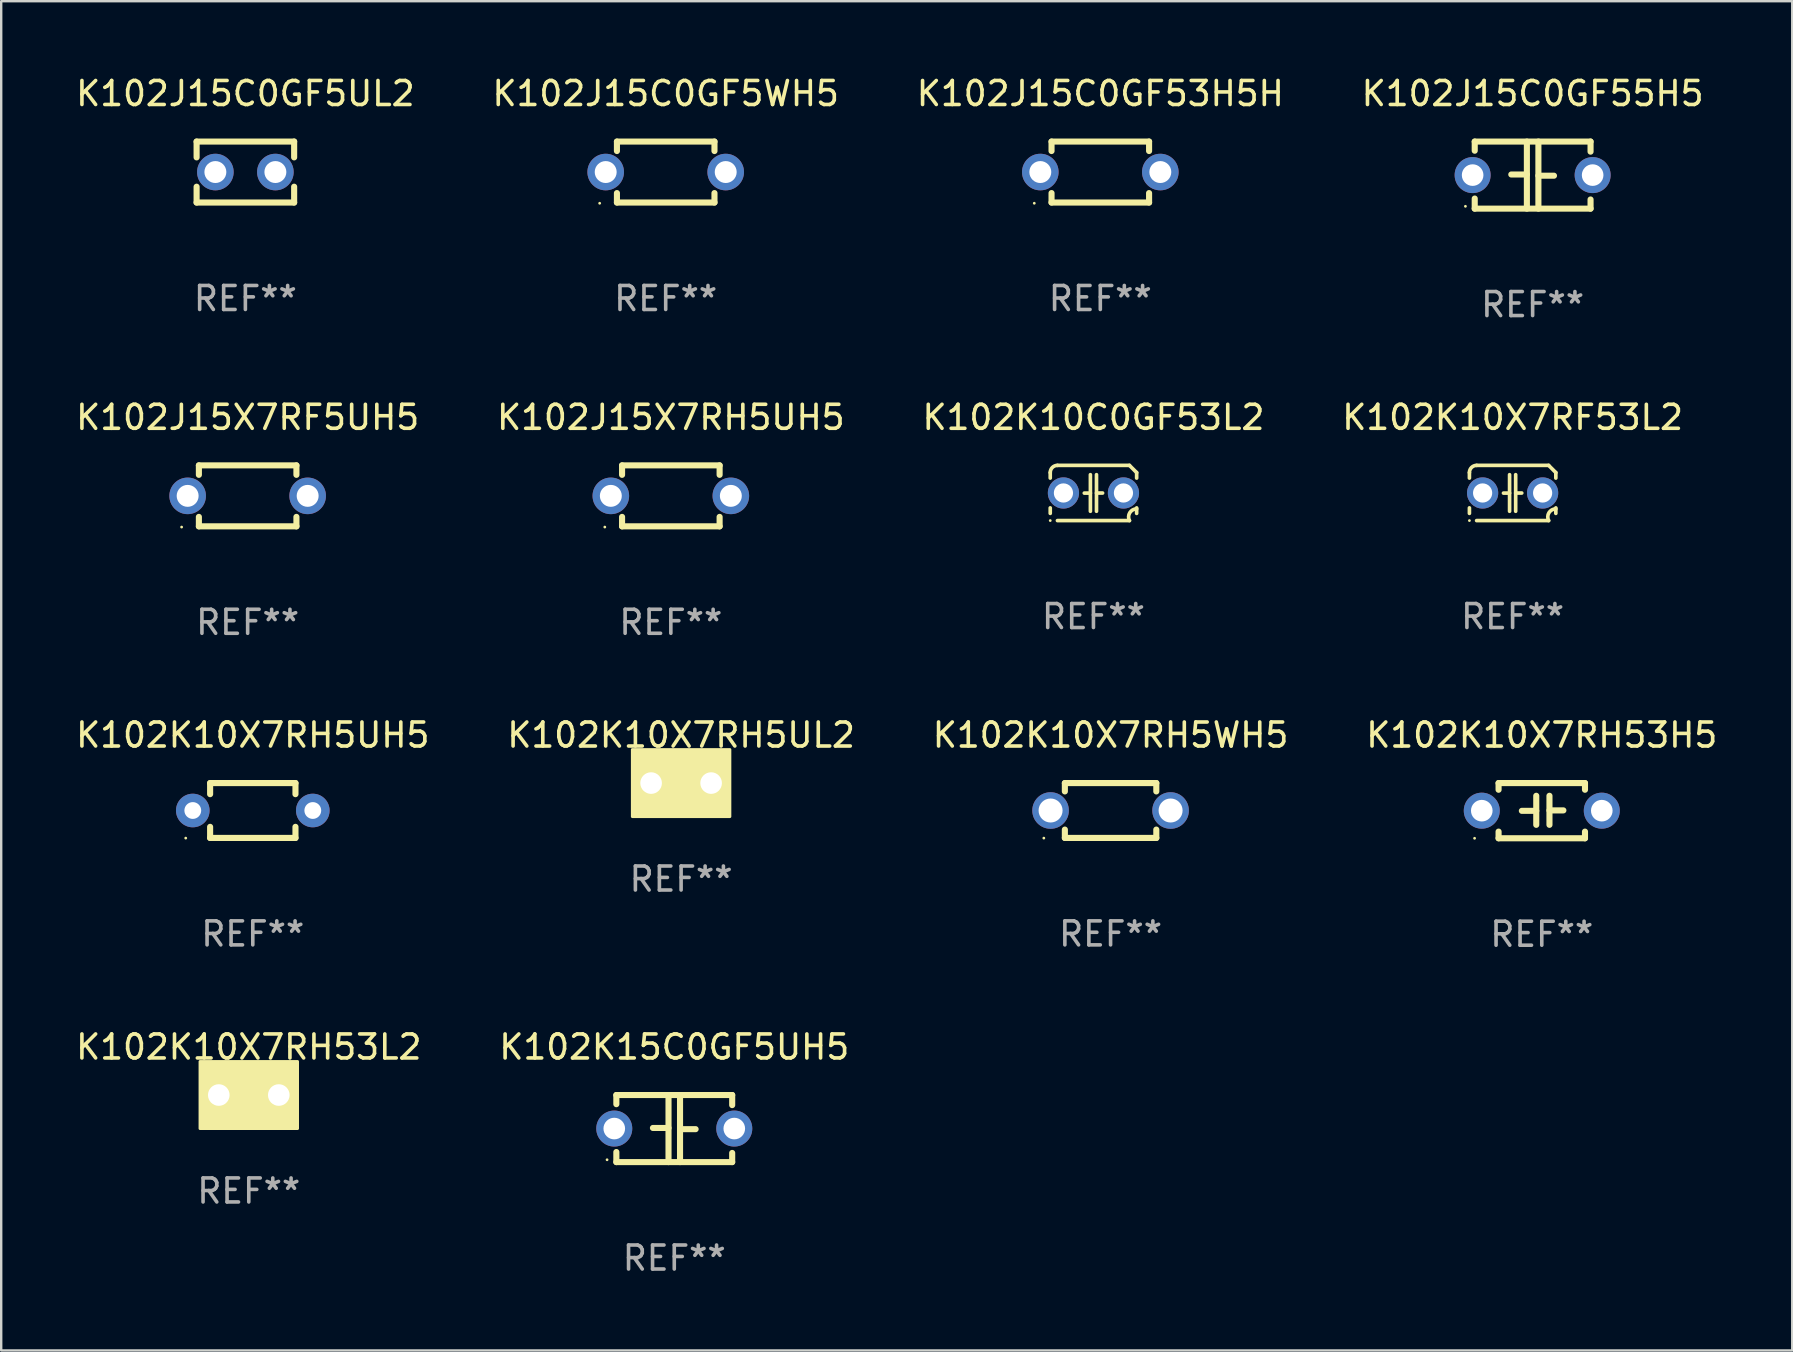
<source format=kicad_pcb>
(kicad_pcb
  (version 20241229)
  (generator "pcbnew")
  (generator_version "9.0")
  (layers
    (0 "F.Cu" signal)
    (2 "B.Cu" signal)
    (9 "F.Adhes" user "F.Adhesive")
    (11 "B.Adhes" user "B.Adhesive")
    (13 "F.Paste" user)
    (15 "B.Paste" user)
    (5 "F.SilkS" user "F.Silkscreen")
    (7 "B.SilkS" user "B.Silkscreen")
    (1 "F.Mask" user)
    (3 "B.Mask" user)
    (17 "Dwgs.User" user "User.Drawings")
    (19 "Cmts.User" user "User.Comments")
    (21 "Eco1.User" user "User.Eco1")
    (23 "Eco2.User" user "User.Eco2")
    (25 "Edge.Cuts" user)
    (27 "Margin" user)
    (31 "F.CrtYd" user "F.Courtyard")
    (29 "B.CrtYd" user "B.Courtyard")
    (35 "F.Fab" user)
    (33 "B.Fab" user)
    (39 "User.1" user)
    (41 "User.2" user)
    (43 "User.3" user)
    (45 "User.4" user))
  (footprint "K102J15X7RH5UH5"
    (layer "F.Cu")
    (at 24.899 17.609)
    (property "Reference" "K102J15X7RH5UH5" (at 0 -3.27 0) (layer "F.SilkS") (effects (font (size 1 1) (thickness 0.15))))
    (attr through_hole)
    (fp_line (start -2.032 -1.27) (end -2.032 -0.876) (stroke (width 0.254) (type solid)) (layer "F.SilkS"))
    (fp_line (start -2.032 0.876) (end -2.032 1.27) (stroke (width 0.254) (type solid)) (layer "F.SilkS"))
    (fp_line (start -2.032 1.27) (end 2.032 1.27) (stroke (width 0.254) (type solid)) (layer "F.SilkS"))
    (fp_line (start 2.032 -1.27) (end -2.032 -1.27) (stroke (width 0.254) (type solid)) (layer "F.SilkS"))
    (fp_line (start 2.032 -0.876) (end 2.032 -1.27) (stroke (width 0.254) (type solid)) (layer "F.SilkS"))
    (fp_line (start 2.032 1.27) (end 2.032 0.876) (stroke (width 0.254) (type solid)) (layer "F.SilkS"))
    (fp_circle (center -2.751 1.3) (end -2.721 1.3) (stroke (width 0.06) (type solid)) (fill no) (layer "F.SilkS"))
    (fp_text user "REF**" (at 0 5.27 0) (layer "F.Fab") (effects (font (size 1 1) (thickness 0.15))))
    (pad "1" thru_hole circle (at -2.5 0) (size 1.524 1.524) (drill 0.914) (layers "*.Cu" "*.Mask"))
    (pad "2" thru_hole circle (at 2.5 0) (size 1.524 1.524) (drill 0.914) (layers "*.Cu" "*.Mask")))
  (footprint "K102K10X7RH53H5"
    (layer "F.Cu")
    (at 61.185 30.725)
    (property "Reference" "K102K10X7RH53H5" (at 0 -3.15 0) (layer "F.SilkS") (effects (font (size 1 1) (thickness 0.15))))
    (attr through_hole)
    (fp_line (start -1.8 -1.15) (end -1.8 -0.872) (stroke (width 0.254) (type solid)) (layer "F.SilkS"))
    (fp_line (start -1.8 -1.15) (end 1.8 -1.15) (stroke (width 0.254) (type solid)) (layer "F.SilkS"))
    (fp_line (start -1.8 0.872) (end -1.8 1.15) (stroke (width 0.254) (type solid)) (layer "F.SilkS"))
    (fp_line (start -1.8 1.15) (end 1.8 1.15) (stroke (width 0.254) (type solid)) (layer "F.SilkS"))
    (fp_line (start -0.23 -0.62) (end -0.23 0.59) (stroke (width 0.254) (type solid)) (layer "F.SilkS"))
    (fp_line (start -0.23 0.007) (end -0.83 0.007) (stroke (width 0.254) (type solid)) (layer "F.SilkS"))
    (fp_line (start 0.32 -0.62) (end 0.32 0.59) (stroke (width 0.254) (type solid)) (layer "F.SilkS"))
    (fp_line (start 0.32 -0.012) (end 0.9 -0.012) (stroke (width 0.254) (type solid)) (layer "F.SilkS"))
    (fp_line (start 1.8 -1.15) (end 1.8 -0.872) (stroke (width 0.254) (type solid)) (layer "F.SilkS"))
    (fp_line (start 1.8 0.872) (end 1.8 1.15) (stroke (width 0.254) (type solid)) (layer "F.SilkS"))
    (fp_circle (center -2.8 1.15) (end -2.77 1.15) (stroke (width 0.06) (type solid)) (fill no) (layer "F.SilkS"))
    (fp_text user "REF**" (at 0 5.15 0) (layer "F.Fab") (effects (font (size 1 1) (thickness 0.15))))
    (pad "1" thru_hole circle (at -2.5 0) (size 1.5 1.5) (drill 0.9) (layers "*.Cu" "*.Mask"))
    (pad "2" thru_hole circle (at 2.5 0) (size 1.5 1.5) (drill 0.9) (layers "*.Cu" "*.Mask")))
  (footprint "K102J15C0GF53H5H"
    (layer "F.Cu")
    (at 42.792 4.118)
    (property "Reference" "K102J15C0GF53H5H" (at 0 -3.27 0) (layer "F.SilkS") (effects (font (size 1 1) (thickness 0.15))))
    (attr through_hole)
    (fp_line (start -2.032 -1.27) (end -2.032 -0.876) (stroke (width 0.254) (type solid)) (layer "F.SilkS"))
    (fp_line (start -2.032 0.876) (end -2.032 1.27) (stroke (width 0.254) (type solid)) (layer "F.SilkS"))
    (fp_line (start -2.032 1.27) (end 2.032 1.27) (stroke (width 0.254) (type solid)) (layer "F.SilkS"))
    (fp_line (start 2.032 -1.27) (end -2.032 -1.27) (stroke (width 0.254) (type solid)) (layer "F.SilkS"))
    (fp_line (start 2.032 -0.876) (end 2.032 -1.27) (stroke (width 0.254) (type solid)) (layer "F.SilkS"))
    (fp_line (start 2.032 1.27) (end 2.032 0.876) (stroke (width 0.254) (type solid)) (layer "F.SilkS"))
    (fp_circle (center -2.751 1.3) (end -2.721 1.3) (stroke (width 0.06) (type solid)) (fill no) (layer "F.SilkS"))
    (fp_text user "REF**" (at 0 5.27 0) (layer "F.Fab") (effects (font (size 1 1) (thickness 0.15))))
    (pad "1" thru_hole circle (at -2.5 0) (size 1.524 1.524) (drill 0.914) (layers "*.Cu" "*.Mask"))
    (pad "2" thru_hole circle (at 2.5 0) (size 1.524 1.524) (drill 0.914) (layers "*.Cu" "*.Mask")))
  (footprint "K102K15C0GF5UH5"
    (layer "F.Cu")
    (at 25.042 43.969)
    (property "Reference" "K102K15C0GF5UH5" (at 0 -3.397 0) (layer "F.SilkS") (effects (font (size 1 1) (thickness 0.15))))
    (attr through_hole)
    (fp_line (start -2.413 -1.397) (end 2.413 -1.397) (stroke (width 0.254) (type solid)) (layer "F.SilkS"))
    (fp_line (start -2.413 -1.016) (end -2.413 -1.397) (stroke (width 0.254) (type solid)) (layer "F.SilkS"))
    (fp_line (start -2.413 0.977) (end -2.413 1.397) (stroke (width 0.254) (type solid)) (layer "F.SilkS"))
    (fp_line (start -0.24 -0.025) (end -0.889 -0.025) (stroke (width 0.254) (type solid)) (layer "F.SilkS"))
    (fp_line (start -0.24 1.397) (end -0.24 -1.397) (stroke (width 0.254) (type solid)) (layer "F.SilkS"))
    (fp_line (start 0.24 -1.397) (end 0.24 1.397) (stroke (width 0.254) (type solid)) (layer "F.SilkS"))
    (fp_line (start 0.24 0.025) (end 0.889 0.025) (stroke (width 0.254) (type solid)) (layer "F.SilkS"))
    (fp_line (start 2.413 -0.977) (end 2.413 -1.397) (stroke (width 0.254) (type solid)) (layer "F.SilkS"))
    (fp_line (start 2.413 1.016) (end 2.413 1.397) (stroke (width 0.254) (type solid)) (layer "F.SilkS"))
    (fp_line (start 2.413 1.397) (end -2.413 1.397) (stroke (width 0.254) (type solid)) (layer "F.SilkS"))
    (fp_circle (center -2.8 1.3) (end -2.77 1.3) (stroke (width 0.06) (type solid)) (fill no) (layer "F.SilkS"))
    (fp_text user "REF**" (at 0 5.397 0) (layer "F.Fab") (effects (font (size 1 1) (thickness 0.15))))
    (pad "1" thru_hole circle (at -2.5 0) (size 1.5 1.5) (drill 0.9) (layers "*.Cu" "*.Mask"))
    (pad "2" thru_hole circle (at 2.5 0) (size 1.5 1.5) (drill 0.9) (layers "*.Cu" "*.Mask")))
  (footprint "K102K10X7RH53L2"
    (layer "F.Cu")
    (at 7.315 42.572)
    (property "Reference" "K102K10X7RH53L2" (at 0 -2 0) (layer "F.SilkS") (effects (font (size 1 1) (thickness 0.15))))
    (attr through_hole)
    (fp_circle (center -1.8 1.15) (end -1.77 1.15) (stroke (width 0.06) (type solid)) (fill no) (layer "F.SilkS"))
    (fp_poly (pts (xy -2.032 -1.397) (xy 2.032 -1.397) (xy 2.032 1.397) (xy -2.032 1.397)) (stroke (width 0.12) (type solid)) (fill yes) (layer "F.SilkS"))
    (fp_text user "REF**" (at 0 4 0) (layer "F.Fab") (effects (font (size 1 1) (thickness 0.15))))
    (pad "1" thru_hole circle (at -1.25 0) (size 1.5 1.5) (drill 0.9) (layers "*.Cu" "*.Mask"))
    (pad "2" thru_hole circle (at 1.25 0) (size 1.5 1.5) (drill 0.9) (layers "*.Cu" "*.Mask")))
  (footprint "K102J15X7RF5UH5"
    (layer "F.Cu")
    (at 7.268 17.609)
    (property "Reference" "K102J15X7RF5UH5" (at 0 -3.27 0) (layer "F.SilkS") (effects (font (size 1 1) (thickness 0.15))))
    (attr through_hole)
    (fp_line (start -2.032 -1.27) (end -2.032 -0.876) (stroke (width 0.254) (type solid)) (layer "F.SilkS"))
    (fp_line (start -2.032 0.876) (end -2.032 1.27) (stroke (width 0.254) (type solid)) (layer "F.SilkS"))
    (fp_line (start -2.032 1.27) (end 2.032 1.27) (stroke (width 0.254) (type solid)) (layer "F.SilkS"))
    (fp_line (start 2.032 -1.27) (end -2.032 -1.27) (stroke (width 0.254) (type solid)) (layer "F.SilkS"))
    (fp_line (start 2.032 -0.876) (end 2.032 -1.27) (stroke (width 0.254) (type solid)) (layer "F.SilkS"))
    (fp_line (start 2.032 1.27) (end 2.032 0.876) (stroke (width 0.254) (type solid)) (layer "F.SilkS"))
    (fp_circle (center -2.751 1.3) (end -2.721 1.3) (stroke (width 0.06) (type solid)) (fill no) (layer "F.SilkS"))
    (fp_text user "REF**" (at 0 5.27 0) (layer "F.Fab") (effects (font (size 1 1) (thickness 0.15))))
    (pad "1" thru_hole circle (at -2.5 0) (size 1.524 1.524) (drill 0.914) (layers "*.Cu" "*.Mask"))
    (pad "2" thru_hole circle (at 2.5 0) (size 1.524 1.524) (drill 0.914) (layers "*.Cu" "*.Mask")))
  (footprint "K102J15C0GF5WH5"
    (layer "F.Cu")
    (at 24.685 4.118)
    (property "Reference" "K102J15C0GF5WH5" (at 0 -3.27 0) (layer "F.SilkS") (effects (font (size 1 1) (thickness 0.15))))
    (attr through_hole)
    (fp_line (start -2.032 -1.27) (end -2.032 -0.876) (stroke (width 0.254) (type solid)) (layer "F.SilkS"))
    (fp_line (start -2.032 0.876) (end -2.032 1.27) (stroke (width 0.254) (type solid)) (layer "F.SilkS"))
    (fp_line (start -2.032 1.27) (end 2.032 1.27) (stroke (width 0.254) (type solid)) (layer "F.SilkS"))
    (fp_line (start 2.032 -1.27) (end -2.032 -1.27) (stroke (width 0.254) (type solid)) (layer "F.SilkS"))
    (fp_line (start 2.032 -0.876) (end 2.032 -1.27) (stroke (width 0.254) (type solid)) (layer "F.SilkS"))
    (fp_line (start 2.032 1.27) (end 2.032 0.876) (stroke (width 0.254) (type solid)) (layer "F.SilkS"))
    (fp_circle (center -2.751 1.3) (end -2.721 1.3) (stroke (width 0.06) (type solid)) (fill no) (layer "F.SilkS"))
    (fp_text user "REF**" (at 0 5.27 0) (layer "F.Fab") (effects (font (size 1 1) (thickness 0.15))))
    (pad "1" thru_hole circle (at -2.5 0) (size 1.524 1.524) (drill 0.914) (layers "*.Cu" "*.Mask"))
    (pad "2" thru_hole circle (at 2.5 0) (size 1.524 1.524) (drill 0.914) (layers "*.Cu" "*.Mask")))
  (footprint "K102K10X7RF53L2"
    (layer "F.Cu")
    (at 59.97 17.489)
    (property "Reference" "K102K10X7RF53L2" (at 0 -3.15 0) (layer "F.SilkS") (effects (font (size 1 1) (thickness 0.15))))
    (attr through_hole)
    (fp_line (start -1.8 -0.621) (end -1.8 -0.85) (stroke (width 0.152) (type solid)) (layer "F.SilkS"))
    (fp_line (start -1.8 0.85) (end -1.8 0.621) (stroke (width 0.152) (type solid)) (layer "F.SilkS"))
    (fp_line (start -1.5 -1.15) (end 1.5 -1.15) (stroke (width 0.152) (type solid)) (layer "F.SilkS"))
    (fp_line (start -0.127 -0.762) (end -0.127 0.762) (stroke (width 0.152) (type solid)) (layer "F.SilkS"))
    (fp_line (start -0.127 0.005) (end -0.381 0.005) (stroke (width 0.152) (type solid)) (layer "F.SilkS"))
    (fp_line (start 0.127 -0.762) (end 0.127 0.762) (stroke (width 0.152) (type solid)) (layer "F.SilkS"))
    (fp_line (start 0.127 0.002) (end 0.381 0.002) (stroke (width 0.152) (type solid)) (layer "F.SilkS"))
    (fp_line (start 1.5 1.15) (end -1.5 1.15) (stroke (width 0.152) (type solid)) (layer "F.SilkS"))
    (fp_line (start 1.8 -0.85) (end 1.8 -0.621) (stroke (width 0.152) (type solid)) (layer "F.SilkS"))
    (fp_line (start 1.8 0.621) (end 1.8 0.85) (stroke (width 0.152) (type solid)) (layer "F.SilkS"))
    (fp_arc (start -1.799975 -0.849987) (mid -1.712107 -1.062119) (end -1.499975 -1.149987) (stroke (width 0.151994) (type solid)) (layer "F.SilkS"))
    (fp_arc (start 1.499975 1.149987) (mid 1.513726 0.822359) (end 1.799975 0.662387) (stroke (width 0.151994) (type solid)) (layer "F.SilkS"))
    (fp_arc (start 1.500001 -1.149986) (mid 1.650015 -1.000001) (end 1.8 -0.849987) (stroke (width 0.151994) (type solid)) (layer "F.SilkS"))
    (fp_circle (center -1.8 1.15) (end -1.77 1.15) (stroke (width 0.06) (type solid)) (fill no) (layer "F.SilkS"))
    (fp_text user "REF**" (at 0 5.15 0) (layer "F.Fab") (effects (font (size 1 1) (thickness 0.15))))
    (pad "1" thru_hole circle (at -1.25 0) (size 1.3 1.3) (drill 0.8) (layers "*.Cu" "*.Mask"))
    (pad "2" thru_hole circle (at 1.25 0) (size 1.3 1.3) (drill 0.8) (layers "*.Cu" "*.Mask")))
  (footprint "K102K10C0GF53L2"
    (layer "F.Cu")
    (at 42.506 17.489)
    (property "Reference" "K102K10C0GF53L2" (at 0 -3.15 0) (layer "F.SilkS") (effects (font (size 1 1) (thickness 0.15))))
    (attr through_hole)
    (fp_line (start -1.8 -0.621) (end -1.8 -0.85) (stroke (width 0.152) (type solid)) (layer "F.SilkS"))
    (fp_line (start -1.8 0.85) (end -1.8 0.621) (stroke (width 0.152) (type solid)) (layer "F.SilkS"))
    (fp_line (start -1.5 -1.15) (end 1.5 -1.15) (stroke (width 0.152) (type solid)) (layer "F.SilkS"))
    (fp_line (start -0.127 -0.762) (end -0.127 0.762) (stroke (width 0.152) (type solid)) (layer "F.SilkS"))
    (fp_line (start -0.127 0.005) (end -0.381 0.005) (stroke (width 0.152) (type solid)) (layer "F.SilkS"))
    (fp_line (start 0.127 -0.762) (end 0.127 0.762) (stroke (width 0.152) (type solid)) (layer "F.SilkS"))
    (fp_line (start 0.127 0.002) (end 0.381 0.002) (stroke (width 0.152) (type solid)) (layer "F.SilkS"))
    (fp_line (start 1.5 1.15) (end -1.5 1.15) (stroke (width 0.152) (type solid)) (layer "F.SilkS"))
    (fp_line (start 1.8 -0.85) (end 1.8 -0.621) (stroke (width 0.152) (type solid)) (layer "F.SilkS"))
    (fp_line (start 1.8 0.621) (end 1.8 0.85) (stroke (width 0.152) (type solid)) (layer "F.SilkS"))
    (fp_arc (start -1.799975 -0.849987) (mid -1.712107 -1.062119) (end -1.499975 -1.149987) (stroke (width 0.151994) (type solid)) (layer "F.SilkS"))
    (fp_arc (start 1.499975 1.149987) (mid 1.513726 0.822359) (end 1.799975 0.662387) (stroke (width 0.151994) (type solid)) (layer "F.SilkS"))
    (fp_arc (start 1.500001 -1.149986) (mid 1.650015 -1.000001) (end 1.8 -0.849987) (stroke (width 0.151994) (type solid)) (layer "F.SilkS"))
    (fp_circle (center -1.8 1.15) (end -1.77 1.15) (stroke (width 0.06) (type solid)) (fill no) (layer "F.SilkS"))
    (fp_text user "REF**" (at 0 5.15 0) (layer "F.Fab") (effects (font (size 1 1) (thickness 0.15))))
    (pad "1" thru_hole circle (at -1.25 0) (size 1.3 1.3) (drill 0.8) (layers "*.Cu" "*.Mask"))
    (pad "2" thru_hole circle (at 1.25 0) (size 1.3 1.3) (drill 0.8) (layers "*.Cu" "*.Mask")))
  (footprint "K102K10X7RH5UH5"
    (layer "F.Cu")
    (at 7.482 30.718)
    (property "Reference" "K102K10X7RH5UH5" (at 0 -3.143 0) (layer "F.SilkS") (effects (font (size 1 1) (thickness 0.15))))
    (attr through_hole)
    (fp_line (start -1.778 -1.143) (end 1.778 -1.143) (stroke (width 0.254) (type solid)) (layer "F.SilkS"))
    (fp_line (start -1.778 -0.681) (end -1.778 -1.143) (stroke (width 0.254) (type solid)) (layer "F.SilkS"))
    (fp_line (start -1.778 1.143) (end -1.778 0.681) (stroke (width 0.254) (type solid)) (layer "F.SilkS"))
    (fp_line (start 1.778 -1.143) (end 1.778 -0.681) (stroke (width 0.254) (type solid)) (layer "F.SilkS"))
    (fp_line (start 1.778 0.681) (end 1.778 1.143) (stroke (width 0.254) (type solid)) (layer "F.SilkS"))
    (fp_line (start 1.778 1.143) (end -1.778 1.143) (stroke (width 0.254) (type solid)) (layer "F.SilkS"))
    (fp_circle (center -2.794 1.15) (end -2.764 1.15) (stroke (width 0.06) (type solid)) (fill no) (layer "F.SilkS"))
    (fp_text user "REF**" (at 0 5.143 0) (layer "F.Fab") (effects (font (size 1 1) (thickness 0.15))))
    (pad "1" thru_hole circle (at -2.5 0) (size 1.4 1.4) (drill 0.7) (layers "*.Cu" "*.Mask"))
    (pad "2" thru_hole circle (at 2.5 0) (size 1.4 1.4) (drill 0.7) (layers "*.Cu" "*.Mask")))
  (footprint "K102J15C0GF5UL2"
    (layer "F.Cu")
    (at 7.173 4.118)
    (property "Reference" "K102J15C0GF5UL2" (at 0 -3.27 0) (layer "F.SilkS") (effects (font (size 1 1) (thickness 0.15))))
    (attr through_hole)
    (fp_line (start -2.032 -1.27) (end -2.032 -0.611) (stroke (width 0.254) (type solid)) (layer "F.SilkS"))
    (fp_line (start -2.032 0.611) (end -2.032 1.27) (stroke (width 0.254) (type solid)) (layer "F.SilkS"))
    (fp_line (start -2.032 1.27) (end 2.032 1.27) (stroke (width 0.254) (type solid)) (layer "F.SilkS"))
    (fp_line (start 2.032 -1.27) (end -2.032 -1.27) (stroke (width 0.254) (type solid)) (layer "F.SilkS"))
    (fp_line (start 2.032 -0.611) (end 2.032 -1.27) (stroke (width 0.254) (type solid)) (layer "F.SilkS"))
    (fp_line (start 2.032 1.27) (end 2.032 0.611) (stroke (width 0.254) (type solid)) (layer "F.SilkS"))
    (fp_circle (center -2 1.3) (end -1.97 1.3) (stroke (width 0.06) (type solid)) (fill no) (layer "F.SilkS"))
    (fp_text user "REF**" (at 0 5.27 0) (layer "F.Fab") (effects (font (size 1 1) (thickness 0.15))))
    (pad "1" thru_hole circle (at -1.25 0) (size 1.524 1.524) (drill 0.914) (layers "*.Cu" "*.Mask"))
    (pad "2" thru_hole circle (at 1.25 0) (size 1.524 1.524) (drill 0.914) (layers "*.Cu" "*.Mask")))
  (footprint "K102K10X7RH5WH5"
    (layer "F.Cu")
    (at 43.22 30.718)
    (property "Reference" "K102K10X7RH5WH5" (at 0 -3.143 0) (layer "F.SilkS") (effects (font (size 1 1) (thickness 0.15))))
    (attr through_hole)
    (fp_line (start -1.905 -1.143) (end 1.905 -1.143) (stroke (width 0.254) (type solid)) (layer "F.SilkS"))
    (fp_line (start -1.905 -0.795) (end -1.905 -1.143) (stroke (width 0.254) (type solid)) (layer "F.SilkS"))
    (fp_line (start -1.905 1.143) (end -1.905 0.795) (stroke (width 0.254) (type solid)) (layer "F.SilkS"))
    (fp_line (start 1.905 -1.143) (end 1.905 -0.795) (stroke (width 0.254) (type solid)) (layer "F.SilkS"))
    (fp_line (start 1.905 0.795) (end 1.905 1.143) (stroke (width 0.254) (type solid)) (layer "F.SilkS"))
    (fp_line (start 1.905 1.143) (end -1.905 1.143) (stroke (width 0.254) (type solid)) (layer "F.SilkS"))
    (fp_circle (center -2.781 1.15) (end -2.751 1.15) (stroke (width 0.06) (type solid)) (fill no) (layer "F.SilkS"))
    (fp_text user "REF**" (at 0 5.143 0) (layer "F.Fab") (effects (font (size 1 1) (thickness 0.15))))
    (pad "1" thru_hole circle (at -2.5 0) (size 1.524 1.524) (drill 1) (layers "*.Cu" "*.Mask"))
    (pad "2" thru_hole circle (at 2.5 0) (size 1.524 1.524) (drill 1) (layers "*.Cu" "*.Mask")))
  (footprint "K102J15C0GF55H5"
    (layer "F.Cu")
    (at 60.804 4.245)
    (property "Reference" "K102J15C0GF55H5" (at 0 -3.397 0) (layer "F.SilkS") (effects (font (size 1 1) (thickness 0.15))))
    (attr through_hole)
    (fp_line (start -2.413 -1.397) (end 2.413 -1.397) (stroke (width 0.254) (type solid)) (layer "F.SilkS"))
    (fp_line (start -2.413 -1.016) (end -2.413 -1.397) (stroke (width 0.254) (type solid)) (layer "F.SilkS"))
    (fp_line (start -2.413 0.977) (end -2.413 1.397) (stroke (width 0.254) (type solid)) (layer "F.SilkS"))
    (fp_line (start -0.24 -0.025) (end -0.889 -0.025) (stroke (width 0.254) (type solid)) (layer "F.SilkS"))
    (fp_line (start -0.24 1.397) (end -0.24 -1.397) (stroke (width 0.254) (type solid)) (layer "F.SilkS"))
    (fp_line (start 0.24 -1.397) (end 0.24 1.397) (stroke (width 0.254) (type solid)) (layer "F.SilkS"))
    (fp_line (start 0.24 0.025) (end 0.889 0.025) (stroke (width 0.254) (type solid)) (layer "F.SilkS"))
    (fp_line (start 2.413 -0.977) (end 2.413 -1.397) (stroke (width 0.254) (type solid)) (layer "F.SilkS"))
    (fp_line (start 2.413 1.016) (end 2.413 1.397) (stroke (width 0.254) (type solid)) (layer "F.SilkS"))
    (fp_line (start 2.413 1.397) (end -2.413 1.397) (stroke (width 0.254) (type solid)) (layer "F.SilkS"))
    (fp_circle (center -2.8 1.3) (end -2.77 1.3) (stroke (width 0.06) (type solid)) (fill no) (layer "F.SilkS"))
    (fp_text user "REF**" (at 0 5.397 0) (layer "F.Fab") (effects (font (size 1 1) (thickness 0.15))))
    (pad "1" thru_hole circle (at -2.5 0) (size 1.5 1.5) (drill 0.9) (layers "*.Cu" "*.Mask"))
    (pad "2" thru_hole circle (at 2.5 0) (size 1.5 1.5) (drill 0.9) (layers "*.Cu" "*.Mask")))
  (footprint "K102K10X7RH5UL2"
    (layer "F.Cu")
    (at 25.327 29.575)
    (property "Reference" "K102K10X7RH5UL2" (at 0 -2 0) (layer "F.SilkS") (effects (font (size 1 1) (thickness 0.15))))
    (attr through_hole)
    (fp_circle (center -1.8 1.15) (end -1.77 1.15) (stroke (width 0.06) (type solid)) (fill no) (layer "F.SilkS"))
    (fp_poly (pts (xy -2.032 -1.397) (xy 2.032 -1.397) (xy 2.032 1.397) (xy -2.032 1.397)) (stroke (width 0.12) (type solid)) (fill yes) (layer "F.SilkS"))
    (fp_text user "REF**" (at 0 4 0) (layer "F.Fab") (effects (font (size 1 1) (thickness 0.15))))
    (pad "1" thru_hole circle (at -1.25 0) (size 1.5 1.5) (drill 0.9) (layers "*.Cu" "*.Mask"))
    (pad "2" thru_hole circle (at 1.25 0) (size 1.5 1.5) (drill 0.9) (layers "*.Cu" "*.Mask")))
  (gr_rect
    (start -3 -3)
    (end 71.619 53.214)
    (stroke (width 0.1) (type default))
    (fill no)
    (layer "Edge.Cuts")))
</source>
